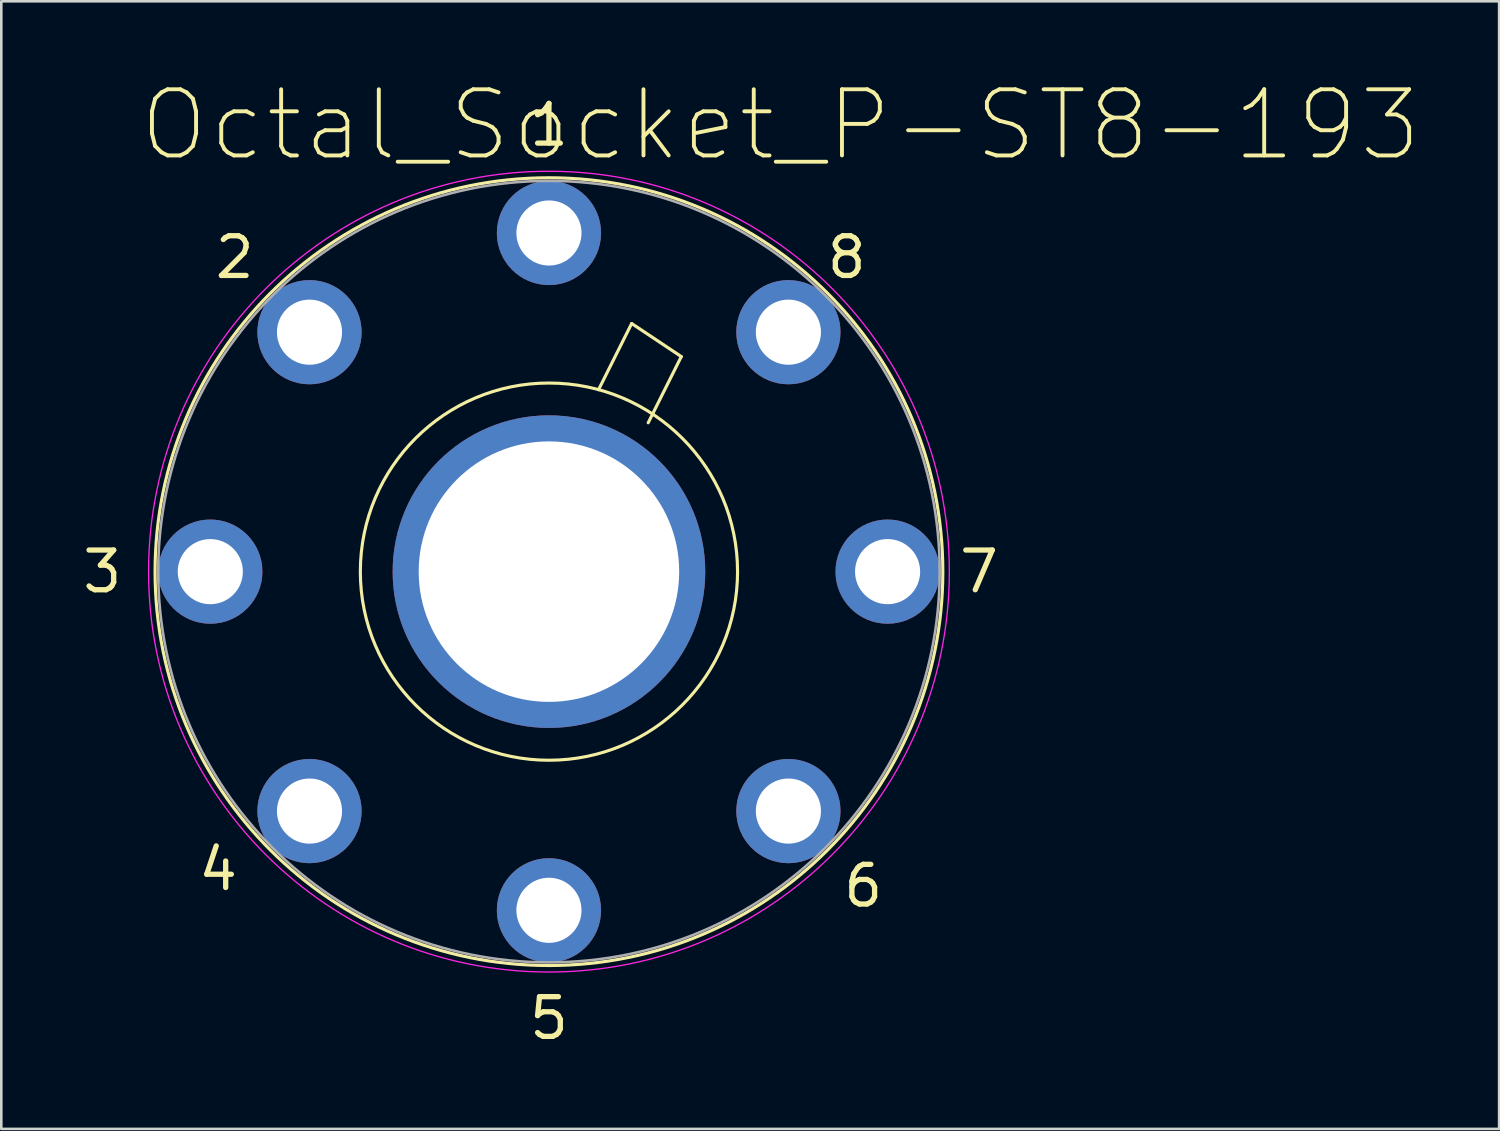
<source format=kicad_pcb>
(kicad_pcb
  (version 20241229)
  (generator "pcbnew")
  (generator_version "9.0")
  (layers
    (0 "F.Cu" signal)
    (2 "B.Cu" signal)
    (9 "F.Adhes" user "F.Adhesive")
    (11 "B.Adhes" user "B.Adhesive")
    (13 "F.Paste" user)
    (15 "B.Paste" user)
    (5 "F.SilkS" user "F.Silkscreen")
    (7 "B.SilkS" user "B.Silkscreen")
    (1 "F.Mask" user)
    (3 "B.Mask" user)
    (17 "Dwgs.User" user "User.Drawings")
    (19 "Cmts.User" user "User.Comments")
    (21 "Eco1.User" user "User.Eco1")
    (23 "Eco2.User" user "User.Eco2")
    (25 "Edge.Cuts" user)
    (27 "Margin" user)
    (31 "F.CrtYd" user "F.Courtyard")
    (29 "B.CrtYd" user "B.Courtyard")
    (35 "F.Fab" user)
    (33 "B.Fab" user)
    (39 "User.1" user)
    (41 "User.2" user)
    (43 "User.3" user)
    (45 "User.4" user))
  (footprint "Octal_Socket_P-ST8-193"
    (layer "F.Cu")
    (at 18.023 18.894)
    (property "Reference" "Octal_Socket_P-ST8-193" (at 8.89 -17.145 0) (layer "F.SilkS") (effects (font (size 2.54 2.54) (thickness 0.15))))
    (attr through_hole)
    (fp_line (start 1.905 -6.985) (end 3.175 -9.525) (stroke (width 0.12) (type solid)) (layer "F.SilkS"))
    (fp_line (start 3.175 -9.525) (end 5.08 -8.255) (stroke (width 0.12) (type solid)) (layer "F.SilkS"))
    (fp_line (start 5.08 -8.255) (end 3.81 -5.715) (stroke (width 0.12) (type solid)) (layer "F.SilkS"))
    (fp_circle (center 0 0) (end 0 15.12) (stroke (width 0.12) (type solid)) (fill no) (layer "F.SilkS"))
    (fp_circle (center 0 0) (end 5.715 4.445) (stroke (width 0.12) (type solid)) (fill no) (layer "F.SilkS"))
    (fp_circle (center 0 0) (end 0 15.37) (stroke (width 0.05) (type solid)) (fill no) (layer "F.CrtYd"))
    (fp_circle (center 0 0) (end 0 15) (stroke (width 0.1) (type solid)) (fill no) (layer "F.Fab"))
    (fp_text user "1" (at 0 -17.145 0) (layer "F.SilkS") (effects (font (size 1.524 1.524) (thickness 0.203))))
    (fp_text user "7" (at 16.51 0 0) (layer "F.SilkS") (effects (font (size 1.524 1.524) (thickness 0.203))))
    (fp_text user "4" (at -12.7 11.43 0) (layer "F.SilkS") (effects (font (size 1.524 1.524) (thickness 0.203))))
    (fp_text user "5" (at 0 17.145 0) (layer "F.SilkS") (effects (font (size 1.524 1.524) (thickness 0.203))))
    (fp_text user "6" (at 12.065 12.065 0) (layer "F.SilkS") (effects (font (size 1.524 1.524) (thickness 0.203))))
    (fp_text user "2" (at -12.065 -12.065 0) (layer "F.SilkS") (effects (font (size 1.524 1.524) (thickness 0.203))))
    (fp_text user "3" (at -17.145 0 0) (layer "F.SilkS") (effects (font (size 1.524 1.524) (thickness 0.203))))
    (fp_text user "8" (at 11.43 -12.065 0) (layer "F.SilkS") (effects (font (size 1.524 1.524) (thickness 0.203))))
    (pad "1" thru_hole oval (at 0 -13) (size 4 4) (drill 2.5) (layers "*.Cu" "*.Mask"))
    (pad "2" thru_hole oval (at -9.192 -9.192) (size 4 4) (drill 2.5) (layers "*.Cu" "*.Mask"))
    (pad "3" thru_hole oval (at -13 0) (size 4 4) (drill 2.5) (layers "*.Cu" "*.Mask"))
    (pad "4" thru_hole oval (at -9.192 9.192) (size 4 4) (drill 2.5) (layers "*.Cu" "*.Mask"))
    (pad "5" thru_hole oval (at 0 13) (size 4 4) (drill 2.5) (layers "*.Cu" "*.Mask"))
    (pad "6" thru_hole oval (at 9.192 9.192) (size 4 4) (drill 2.5) (layers "*.Cu" "*.Mask"))
    (pad "7" thru_hole oval (at 13 0) (size 4 4) (drill 2.5) (layers "*.Cu" "*.Mask"))
    (pad "8" thru_hole oval (at 9.192 -9.192) (size 4 4) (drill 2.5) (layers "*.Cu" "*.Mask"))
    (pad "9" thru_hole circle (at 0 0) (size 12 12) (drill 10) (layers "*.Cu" "*.Mask")))
  (gr_rect
    (start -3 -3)
    (end 54.498 40.287)
    (stroke (width 0.1) (type default))
    (fill no)
    (layer "Edge.Cuts")))
</source>
